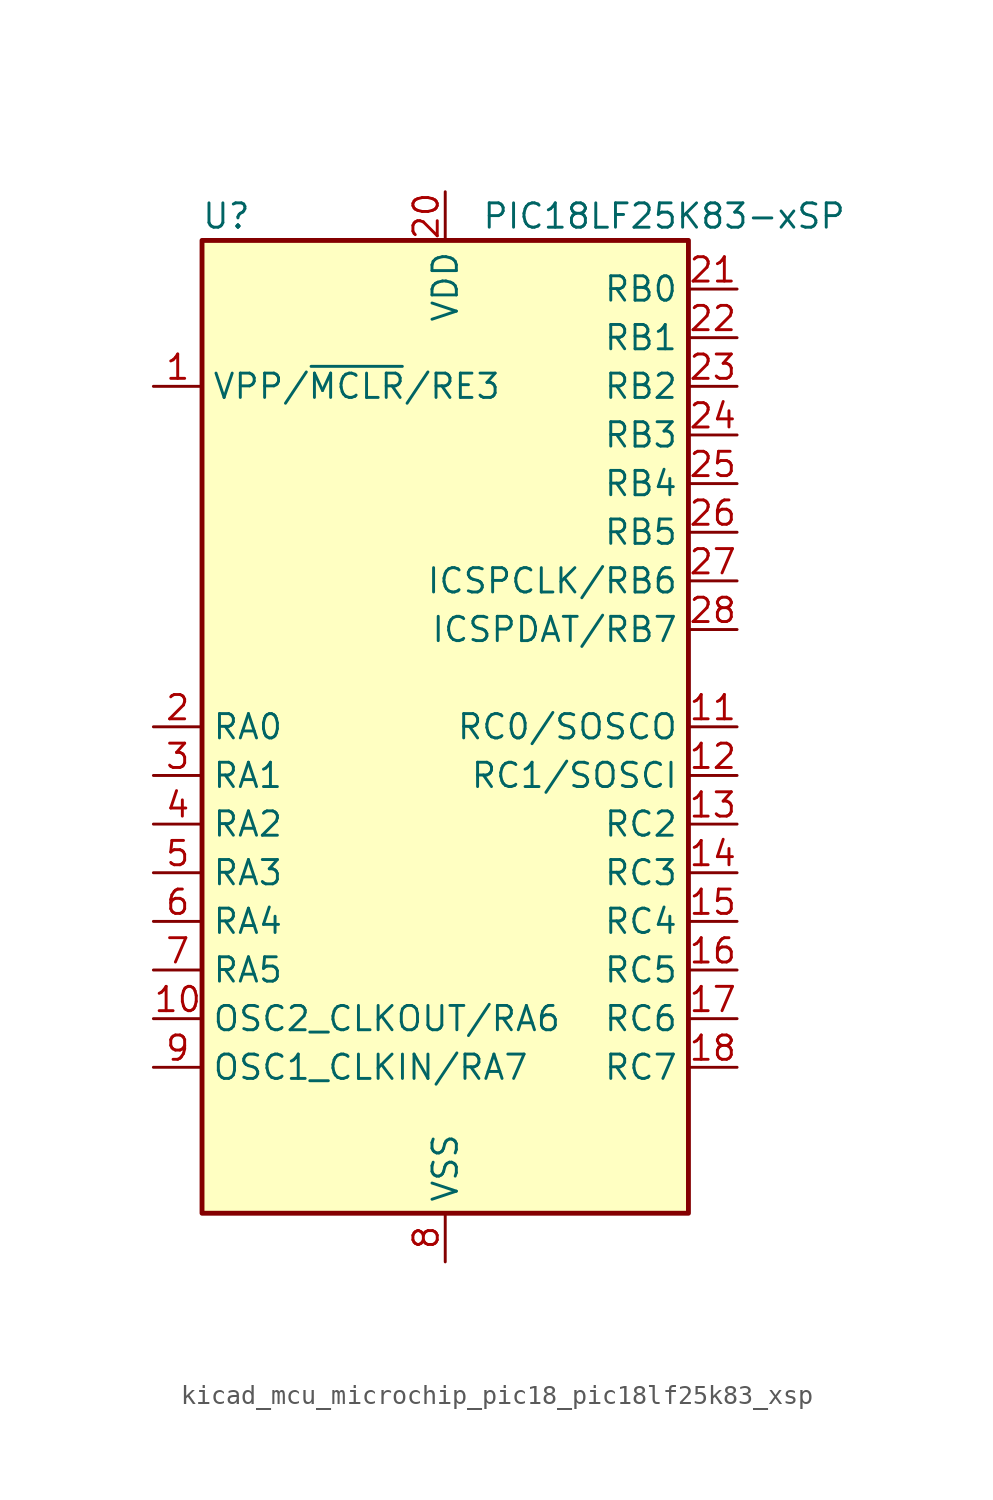
<source format=kicad_sym>
(kicad_symbol_lib
  (version 20220914)
  (generator kicad_symbol_editor)
  (symbol "kicad_mcu_microchip_pic18_pic18lf25k83_xsp"
    (property "Reference" "U"
      (at -11.43 26.67 0)
      (effects (font (size 1.27 1.27))))
    (property "Value" "PIC18LF25K83-xSP"
      (at 11.43 26.67 0)
      (effects (font (size 1.27 1.27))))
    (symbol "kicad_mcu_microchip_pic18_pic18lf25k83_xsp_0_1"
      (rectangle (start -12.7 -25.4) (end 12.7 25.4) (stroke (width 0.254) (type default)) (fill (type background))))
    (symbol "kicad_mcu_microchip_pic18_pic18lf25k83_xsp_1_1"
      (pin input line (at -15.24 17.78 0) (length 2.54) (name "VPP/~{MCLR}/RE3" (effects (font (size 1.27 1.27)))) (number "1" (effects (font (size 1.27 1.27)))))
      (pin bidirectional line (at -15.24 -15.24 0) (length 2.54) (name "OSC2_CLKOUT/RA6" (effects (font (size 1.27 1.27)))) (number "10" (effects (font (size 1.27 1.27)))))
      (pin bidirectional line (at 15.24 0 180) (length 2.54) (name "RC0/SOSCO" (effects (font (size 1.27 1.27)))) (number "11" (effects (font (size 1.27 1.27)))))
      (pin bidirectional line (at 15.24 -2.54 180) (length 2.54) (name "RC1/SOSCI" (effects (font (size 1.27 1.27)))) (number "12" (effects (font (size 1.27 1.27)))))
      (pin bidirectional line (at 15.24 -5.08 180) (length 2.54) (name "RC2" (effects (font (size 1.27 1.27)))) (number "13" (effects (font (size 1.27 1.27)))))
      (pin bidirectional line (at 15.24 -7.62 180) (length 2.54) (name "RC3" (effects (font (size 1.27 1.27)))) (number "14" (effects (font (size 1.27 1.27)))))
      (pin bidirectional line (at 15.24 -10.16 180) (length 2.54) (name "RC4" (effects (font (size 1.27 1.27)))) (number "15" (effects (font (size 1.27 1.27)))))
      (pin bidirectional line (at 15.24 -12.7 180) (length 2.54) (name "RC5" (effects (font (size 1.27 1.27)))) (number "16" (effects (font (size 1.27 1.27)))))
      (pin bidirectional line (at 15.24 -15.24 180) (length 2.54) (name "RC6" (effects (font (size 1.27 1.27)))) (number "17" (effects (font (size 1.27 1.27)))))
      (pin bidirectional line (at 15.24 -17.78 180) (length 2.54) (name "RC7" (effects (font (size 1.27 1.27)))) (number "18" (effects (font (size 1.27 1.27)))))
      (pin passive line (at 0 -27.94 90) (length 2.54) hide (name "VSS" (effects (font (size 1.27 1.27)))) (number "19" (effects (font (size 1.27 1.27)))))
      (pin bidirectional line (at -15.24 0 0) (length 2.54) (name "RA0" (effects (font (size 1.27 1.27)))) (number "2" (effects (font (size 1.27 1.27)))))
      (pin power_in line (at 0 27.94 270) (length 2.54) (name "VDD" (effects (font (size 1.27 1.27)))) (number "20" (effects (font (size 1.27 1.27)))))
      (pin bidirectional line (at 15.24 22.86 180) (length 2.54) (name "RB0" (effects (font (size 1.27 1.27)))) (number "21" (effects (font (size 1.27 1.27)))))
      (pin bidirectional line (at 15.24 20.32 180) (length 2.54) (name "RB1" (effects (font (size 1.27 1.27)))) (number "22" (effects (font (size 1.27 1.27)))))
      (pin bidirectional line (at 15.24 17.78 180) (length 2.54) (name "RB2" (effects (font (size 1.27 1.27)))) (number "23" (effects (font (size 1.27 1.27)))))
      (pin bidirectional line (at 15.24 15.24 180) (length 2.54) (name "RB3" (effects (font (size 1.27 1.27)))) (number "24" (effects (font (size 1.27 1.27)))))
      (pin bidirectional line (at 15.24 12.7 180) (length 2.54) (name "RB4" (effects (font (size 1.27 1.27)))) (number "25" (effects (font (size 1.27 1.27)))))
      (pin bidirectional line (at 15.24 10.16 180) (length 2.54) (name "RB5" (effects (font (size 1.27 1.27)))) (number "26" (effects (font (size 1.27 1.27)))))
      (pin bidirectional line (at 15.24 7.62 180) (length 2.54) (name "ICSPCLK/RB6" (effects (font (size 1.27 1.27)))) (number "27" (effects (font (size 1.27 1.27)))))
      (pin bidirectional line (at 15.24 5.08 180) (length 2.54) (name "ICSPDAT/RB7" (effects (font (size 1.27 1.27)))) (number "28" (effects (font (size 1.27 1.27)))))
      (pin bidirectional line (at -15.24 -2.54 0) (length 2.54) (name "RA1" (effects (font (size 1.27 1.27)))) (number "3" (effects (font (size 1.27 1.27)))))
      (pin bidirectional line (at -15.24 -5.08 0) (length 2.54) (name "RA2" (effects (font (size 1.27 1.27)))) (number "4" (effects (font (size 1.27 1.27)))))
      (pin bidirectional line (at -15.24 -7.62 0) (length 2.54) (name "RA3" (effects (font (size 1.27 1.27)))) (number "5" (effects (font (size 1.27 1.27)))))
      (pin bidirectional line (at -15.24 -10.16 0) (length 2.54) (name "RA4" (effects (font (size 1.27 1.27)))) (number "6" (effects (font (size 1.27 1.27)))))
      (pin bidirectional line (at -15.24 -12.7 0) (length 2.54) (name "RA5" (effects (font (size 1.27 1.27)))) (number "7" (effects (font (size 1.27 1.27)))))
      (pin power_in line (at 0 -27.94 90) (length 2.54) (name "VSS" (effects (font (size 1.27 1.27)))) (number "8" (effects (font (size 1.27 1.27)))))
      (pin bidirectional line (at -15.24 -17.78 0) (length 2.54) (name "OSC1_CLKIN/RA7" (effects (font (size 1.27 1.27)))) (number "9" (effects (font (size 1.27 1.27))))))))
</source>
